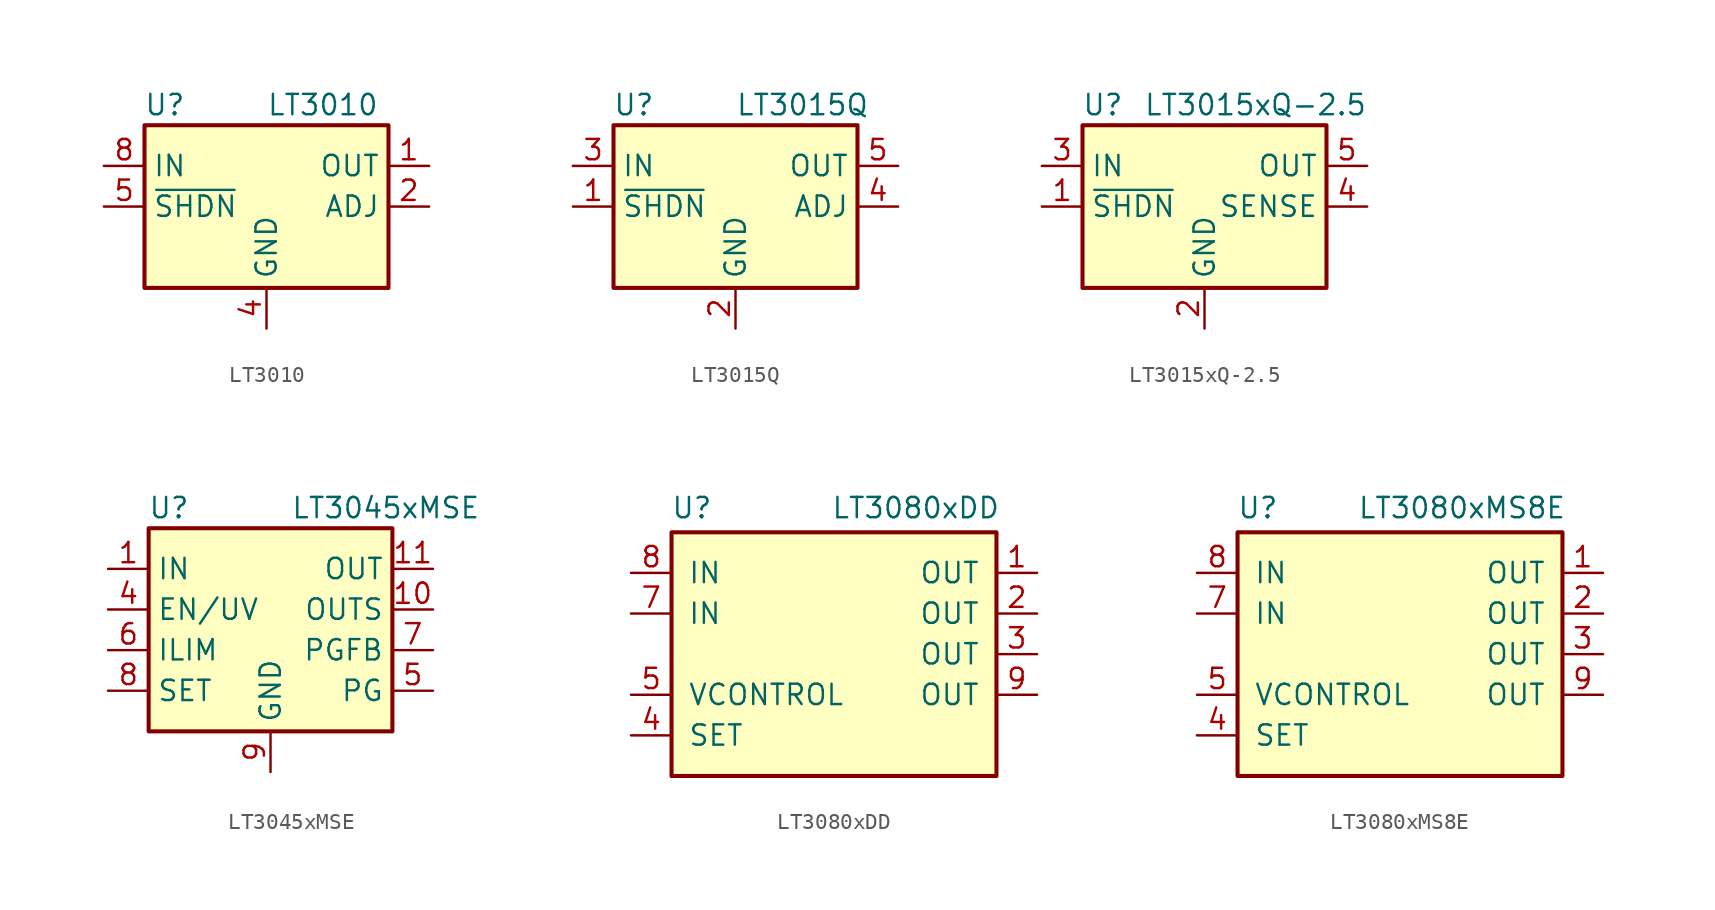
<source format=kicad_sym>
(kicad_symbol_lib
  (version 20211014)
  (generator kicad_symbol_editor)
  (symbol "LT3010"
    (property "Reference" "U"
      (at -6.35 6.35 0)
      (effects (font (size 1.27 1.27))))
    (property "Value" "LT3010"
      (at 0 6.35 0)
      (effects (font (size 1.27 1.27)) (justify left)))
    (symbol "LT3010_0_1"
      (rectangle (start -7.62 5.08) (end 7.62 -5.08) (stroke (width 0.254) (type default) (color 0 0 0 0)) (fill (type background))))
    (symbol "LT3010_1_1"
      (pin power_out line (at 10.16 2.54 180) (length 2.54) (name "OUT" (effects (font (size 1.27 1.27)))) (number "1" (effects (font (size 1.27 1.27)))))
      (pin input line (at 10.16 0 180) (length 2.54) (name "ADJ" (effects (font (size 1.27 1.27)))) (number "2" (effects (font (size 1.27 1.27)))))
      (pin no_connect line (at -7.62 -2.54 0) (length 2.54) hide (name "NC" (effects (font (size 1.27 1.27)))) (number "3" (effects (font (size 1.27 1.27)))))
      (pin power_in line (at 0 -7.62 90) (length 2.54) (name "GND" (effects (font (size 1.27 1.27)))) (number "4" (effects (font (size 1.27 1.27)))))
      (pin input line (at -10.16 0 0) (length 2.54) (name "~{SHDN}" (effects (font (size 1.27 1.27)))) (number "5" (effects (font (size 1.27 1.27)))))
      (pin no_connect line (at 7.62 -2.54 180) (length 2.54) hide (name "NC" (effects (font (size 1.27 1.27)))) (number "6" (effects (font (size 1.27 1.27)))))
      (pin no_connect line (at 2.54 -5.08 90) (length 2.54) hide (name "NC" (effects (font (size 1.27 1.27)))) (number "7" (effects (font (size 1.27 1.27)))))
      (pin power_in line (at -10.16 2.54 0) (length 2.54) (name "IN" (effects (font (size 1.27 1.27)))) (number "8" (effects (font (size 1.27 1.27)))))
      (pin passive line (at 0 -7.62 90) (length 2.54) hide (name "GND" (effects (font (size 1.27 1.27)))) (number "9" (effects (font (size 1.27 1.27)))))))
  (symbol "LT3015Q"
    (property "Reference" "U"
      (at -6.35 6.35 0)
      (effects (font (size 1.27 1.27))))
    (property "Value" "LT3015Q"
      (at 0 6.35 0)
      (effects (font (size 1.27 1.27)) (justify left)))
    (symbol "LT3015Q_0_1"
      (rectangle (start -7.62 5.08) (end 7.62 -5.08) (stroke (width 0.254) (type default) (color 0 0 0 0)) (fill (type background))))
    (symbol "LT3015Q_1_1"
      (pin input line (at -10.16 0 0) (length 2.54) (name "~{SHDN}" (effects (font (size 1.27 1.27)))) (number "1" (effects (font (size 1.27 1.27)))))
      (pin power_in line (at 0 -7.62 90) (length 2.54) (name "GND" (effects (font (size 1.27 1.27)))) (number "2" (effects (font (size 1.27 1.27)))))
      (pin power_in line (at -10.16 2.54 0) (length 2.54) (name "IN" (effects (font (size 1.27 1.27)))) (number "3" (effects (font (size 1.27 1.27)))))
      (pin input line (at 10.16 0 180) (length 2.54) (name "ADJ" (effects (font (size 1.27 1.27)))) (number "4" (effects (font (size 1.27 1.27)))))
      (pin power_out line (at 10.16 2.54 180) (length 2.54) (name "OUT" (effects (font (size 1.27 1.27)))) (number "5" (effects (font (size 1.27 1.27)))))))
  (symbol "LT3015xQ-2.5"
    (property "Reference" "U"
      (at -6.35 6.35 0)
      (effects (font (size 1.27 1.27))))
    (property "Value" "LT3015xQ-2.5"
      (at -3.81 6.35 0)
      (effects (font (size 1.27 1.27)) (justify left)))
    (symbol "LT3015xQ-2.5_0_1"
      (rectangle (start -7.62 5.08) (end 7.62 -5.08) (stroke (width 0.254) (type default) (color 0 0 0 0)) (fill (type background))))
    (symbol "LT3015xQ-2.5_1_1"
      (pin input line (at -10.16 0 0) (length 2.54) (name "~{SHDN}" (effects (font (size 1.27 1.27)))) (number "1" (effects (font (size 1.27 1.27)))))
      (pin power_in line (at 0 -7.62 90) (length 2.54) (name "GND" (effects (font (size 1.27 1.27)))) (number "2" (effects (font (size 1.27 1.27)))))
      (pin power_in line (at -10.16 2.54 0) (length 2.54) (name "IN" (effects (font (size 1.27 1.27)))) (number "3" (effects (font (size 1.27 1.27)))))
      (pin input line (at 10.16 0 180) (length 2.54) (name "SENSE" (effects (font (size 1.27 1.27)))) (number "4" (effects (font (size 1.27 1.27)))))
      (pin power_out line (at 10.16 2.54 180) (length 2.54) (name "OUT" (effects (font (size 1.27 1.27)))) (number "5" (effects (font (size 1.27 1.27)))))))
  (symbol "LT3045xMSE"
    (property "Reference" "U"
      (at -6.35 6.35 0)
      (effects (font (size 1.27 1.27))))
    (property "Value" "LT3045xMSE"
      (at 1.27 6.35 0)
      (effects (font (size 1.27 1.27)) (justify left)))
    (symbol "LT3045xMSE_0_1"
      (rectangle (start -7.62 5.08) (end 7.62 -7.62) (stroke (width 0.254) (type default) (color 0 0 0 0)) (fill (type background))))
    (symbol "LT3045xMSE_1_1"
      (pin power_in line (at -10.16 2.54 0) (length 2.54) (name "IN" (effects (font (size 1.27 1.27)))) (number "1" (effects (font (size 1.27 1.27)))))
      (pin input line (at 10.16 0 180) (length 2.54) (name "OUTS" (effects (font (size 1.27 1.27)))) (number "10" (effects (font (size 1.27 1.27)))))
      (pin power_out line (at 10.16 2.54 180) (length 2.54) (name "OUT" (effects (font (size 1.27 1.27)))) (number "11" (effects (font (size 1.27 1.27)))))
      (pin passive line (at 10.16 2.54 180) (length 2.54) hide (name "OUT" (effects (font (size 1.27 1.27)))) (number "12" (effects (font (size 1.27 1.27)))))
      (pin passive line (at 0 -10.16 90) (length 2.54) hide (name "GND" (effects (font (size 1.27 1.27)))) (number "13" (effects (font (size 1.27 1.27)))))
      (pin passive line (at -10.16 2.54 0) (length 2.54) hide (name "IN" (effects (font (size 1.27 1.27)))) (number "2" (effects (font (size 1.27 1.27)))))
      (pin passive line (at -10.16 2.54 0) (length 2.54) hide (name "IN" (effects (font (size 1.27 1.27)))) (number "3" (effects (font (size 1.27 1.27)))))
      (pin input line (at -10.16 0 0) (length 2.54) (name "EN/UV" (effects (font (size 1.27 1.27)))) (number "4" (effects (font (size 1.27 1.27)))))
      (pin open_collector line (at 10.16 -5.08 180) (length 2.54) (name "PG" (effects (font (size 1.27 1.27)))) (number "5" (effects (font (size 1.27 1.27)))))
      (pin passive line (at -10.16 -2.54 0) (length 2.54) (name "ILIM" (effects (font (size 1.27 1.27)))) (number "6" (effects (font (size 1.27 1.27)))))
      (pin input line (at 10.16 -2.54 180) (length 2.54) (name "PGFB" (effects (font (size 1.27 1.27)))) (number "7" (effects (font (size 1.27 1.27)))))
      (pin passive line (at -10.16 -5.08 0) (length 2.54) (name "SET" (effects (font (size 1.27 1.27)))) (number "8" (effects (font (size 1.27 1.27)))))
      (pin power_in line (at 0 -10.16 90) (length 2.54) (name "GND" (effects (font (size 1.27 1.27)))) (number "9" (effects (font (size 1.27 1.27)))))))
  (symbol "LT3080xDD"
    (pin_names
      (offset 1.016))
    (property "Reference" "U"
      (at -8.89 9.144 0)
      (effects (font (size 1.27 1.27))))
    (property "Value" "LT3080xDD"
      (at 10.414 9.144 0)
      (effects (font (size 1.27 1.27)) (justify right)))
    (symbol "LT3080xDD_0_1"
      (rectangle (start -10.16 7.62) (end 10.16 -7.62) (stroke (width 0.254) (type default) (color 0 0 0 0)) (fill (type background))))
    (symbol "LT3080xDD_1_1"
      (pin power_out line (at 12.7 5.08 180) (length 2.54) (name "OUT" (effects (font (size 1.27 1.27)))) (number "1" (effects (font (size 1.27 1.27)))))
      (pin power_out line (at 12.7 2.54 180) (length 2.54) (name "OUT" (effects (font (size 1.27 1.27)))) (number "2" (effects (font (size 1.27 1.27)))))
      (pin power_out line (at 12.7 0 180) (length 2.54) (name "OUT" (effects (font (size 1.27 1.27)))) (number "3" (effects (font (size 1.27 1.27)))))
      (pin input line (at -12.7 -5.08 0) (length 2.54) (name "SET" (effects (font (size 1.27 1.27)))) (number "4" (effects (font (size 1.27 1.27)))))
      (pin input line (at -12.7 -2.54 0) (length 2.54) (name "VCONTROL" (effects (font (size 1.27 1.27)))) (number "5" (effects (font (size 1.27 1.27)))))
      (pin no_connect line (at -10.16 0 0) (length 2.54) hide (name "NC" (effects (font (size 1.27 1.27)))) (number "6" (effects (font (size 1.27 1.27)))))
      (pin power_in line (at -12.7 2.54 0) (length 2.54) (name "IN" (effects (font (size 1.27 1.27)))) (number "7" (effects (font (size 1.27 1.27)))))
      (pin power_in line (at -12.7 5.08 0) (length 2.54) (name "IN" (effects (font (size 1.27 1.27)))) (number "8" (effects (font (size 1.27 1.27)))))
      (pin power_out line (at 12.7 -2.54 180) (length 2.54) (name "OUT" (effects (font (size 1.27 1.27)))) (number "9" (effects (font (size 1.27 1.27)))))))
  (symbol "LT3080xMS8E"
    (pin_names
      (offset 1.016))
    (property "Reference" "U"
      (at -8.89 9.144 0)
      (effects (font (size 1.27 1.27))))
    (property "Value" "LT3080xMS8E"
      (at 10.414 9.144 0)
      (effects (font (size 1.27 1.27)) (justify right)))
    (symbol "LT3080xMS8E_0_1"
      (rectangle (start -10.16 7.62) (end 10.16 -7.62) (stroke (width 0.254) (type default) (color 0 0 0 0)) (fill (type background))))
    (symbol "LT3080xMS8E_1_1"
      (pin power_out line (at 12.7 5.08 180) (length 2.54) (name "OUT" (effects (font (size 1.27 1.27)))) (number "1" (effects (font (size 1.27 1.27)))))
      (pin power_out line (at 12.7 2.54 180) (length 2.54) (name "OUT" (effects (font (size 1.27 1.27)))) (number "2" (effects (font (size 1.27 1.27)))))
      (pin power_out line (at 12.7 0 180) (length 2.54) (name "OUT" (effects (font (size 1.27 1.27)))) (number "3" (effects (font (size 1.27 1.27)))))
      (pin input line (at -12.7 -5.08 0) (length 2.54) (name "SET" (effects (font (size 1.27 1.27)))) (number "4" (effects (font (size 1.27 1.27)))))
      (pin input line (at -12.7 -2.54 0) (length 2.54) (name "VCONTROL" (effects (font (size 1.27 1.27)))) (number "5" (effects (font (size 1.27 1.27)))))
      (pin no_connect line (at -10.16 0 0) (length 2.54) hide (name "NC" (effects (font (size 1.27 1.27)))) (number "6" (effects (font (size 1.27 1.27)))))
      (pin power_in line (at -12.7 2.54 0) (length 2.54) (name "IN" (effects (font (size 1.27 1.27)))) (number "7" (effects (font (size 1.27 1.27)))))
      (pin power_in line (at -12.7 5.08 0) (length 2.54) (name "IN" (effects (font (size 1.27 1.27)))) (number "8" (effects (font (size 1.27 1.27)))))
      (pin power_out line (at 12.7 -2.54 180) (length 2.54) (name "OUT" (effects (font (size 1.27 1.27)))) (number "9" (effects (font (size 1.27 1.27))))))))
</source>
